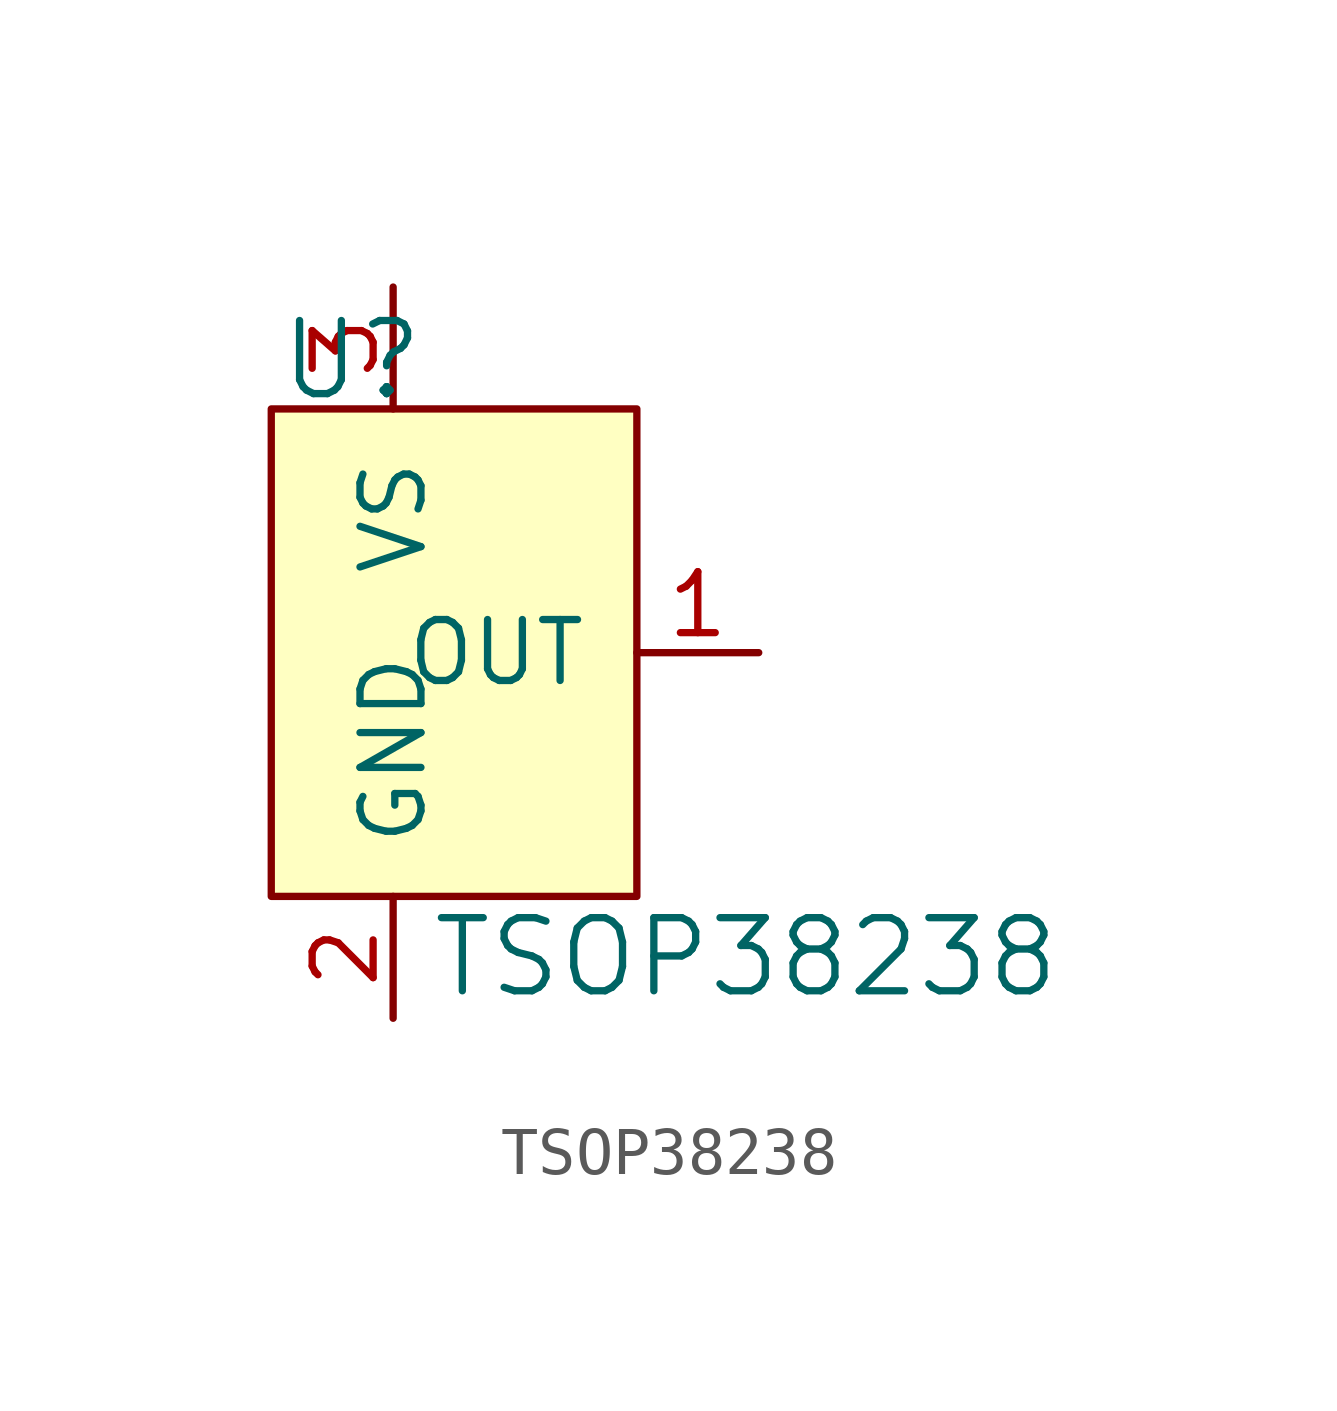
<source format=kicad_sym>
(kicad_symbol_lib
  (version 20231120)
  (generator "kicad_symbol_editor")
  (generator_version "8.0")
  (symbol "TSOP38238"
    (pin_names
      (offset 1.016))
    (property "Reference" "U"
      (at -2.413 3.556 0)
      (effects (font (size 1.524 1.524)) (justify left)))
    (property "Value" "TSOP38238"
      (at 0.762 -8.89 0)
      (effects (font (size 1.524 1.524)) (justify left)))
    (symbol "TSOP38238_0_1"
      (rectangle (start -2.54 2.54) (end 5.08 -7.62) (stroke (width 0) (type default)) (fill (type background))))
    (symbol "TSOP38238_1_1"
      (pin output line (at 7.62 -2.54 180) (length 2.54) (name "OUT" (effects (font (size 1.27 1.27)))) (number "1" (effects (font (size 1.27 1.27)))))
      (pin power_in line (at 0 -10.16 90) (length 2.54) (name "GND" (effects (font (size 1.27 1.27)))) (number "2" (effects (font (size 1.27 1.27)))))
      (pin power_in line (at 0 5.08 270) (length 2.54) (name "VS" (effects (font (size 1.27 1.27)))) (number "3" (effects (font (size 1.27 1.27))))))))
</source>
